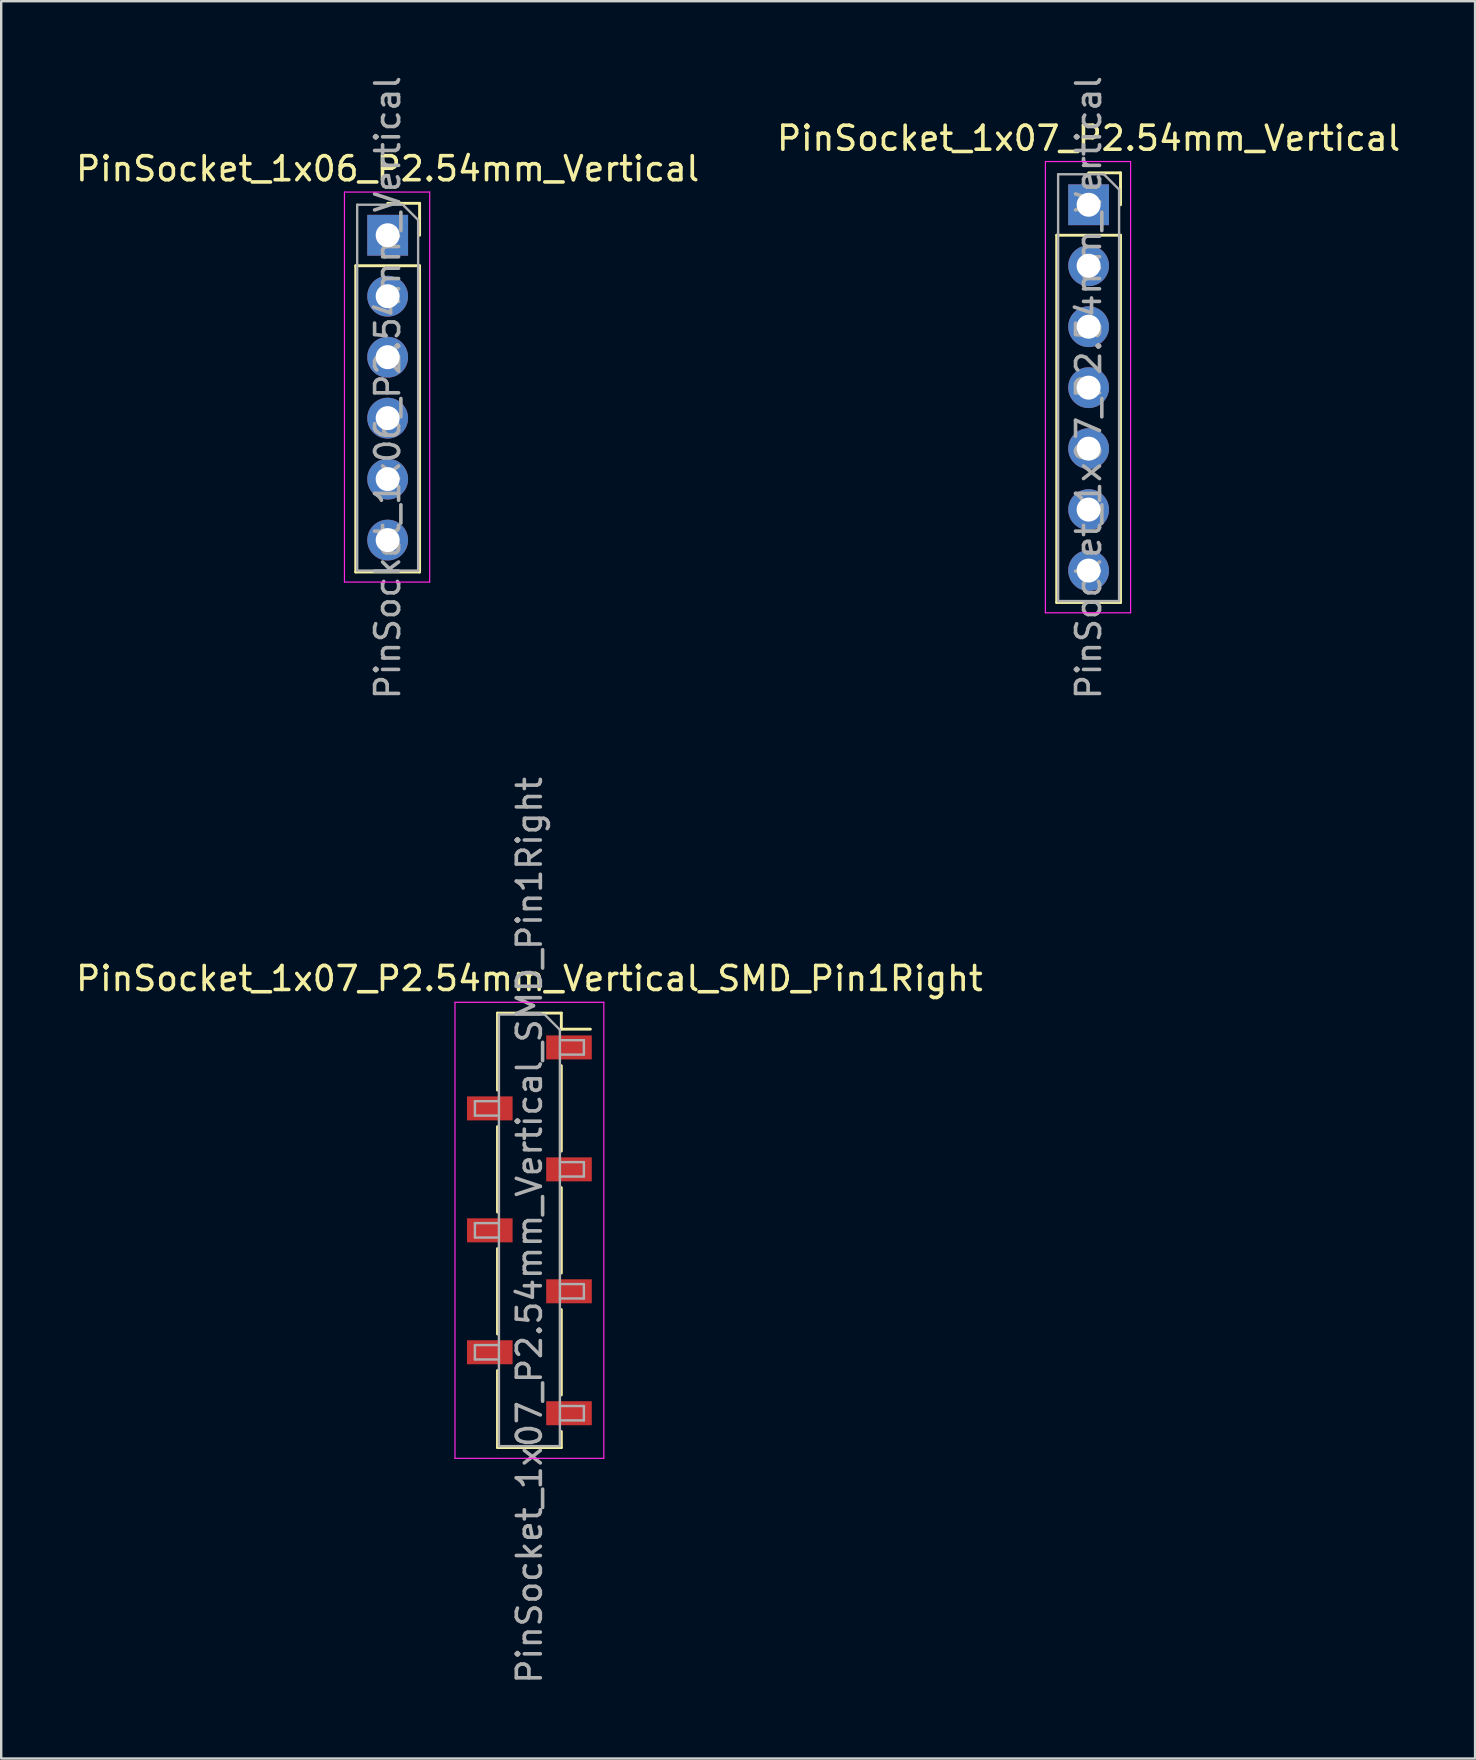
<source format=kicad_pcb>
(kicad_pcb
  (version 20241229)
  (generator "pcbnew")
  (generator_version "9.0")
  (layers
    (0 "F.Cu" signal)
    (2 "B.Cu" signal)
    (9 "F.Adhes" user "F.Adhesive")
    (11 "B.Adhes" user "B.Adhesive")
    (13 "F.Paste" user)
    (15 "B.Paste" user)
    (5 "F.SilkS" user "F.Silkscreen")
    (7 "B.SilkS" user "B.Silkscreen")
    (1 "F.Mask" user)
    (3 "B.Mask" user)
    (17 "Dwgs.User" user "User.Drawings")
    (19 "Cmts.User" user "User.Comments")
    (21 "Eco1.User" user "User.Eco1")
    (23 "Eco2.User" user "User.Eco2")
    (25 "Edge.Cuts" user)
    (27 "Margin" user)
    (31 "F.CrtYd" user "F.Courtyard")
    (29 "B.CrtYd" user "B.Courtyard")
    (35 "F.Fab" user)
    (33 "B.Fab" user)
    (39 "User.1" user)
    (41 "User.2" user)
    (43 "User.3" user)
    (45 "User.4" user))
  (footprint "PinSocket_1x07_P2.54mm_Vertical_SMD_Pin1Right"
    (layer "F.Cu")
    (at 19.006 48.208)
    (property "Reference" "PinSocket_1x07_P2.54mm_Vertical_SMD_Pin1Right" (at 0 -10.49 0) (layer "F.SilkS") (effects (font (size 1 1) (thickness 0.15))))
    (attr smd)
    (fp_line (start -1.33 -9.05) (end -1.33 -5.84) (stroke (width 0.12) (type solid)) (layer "F.SilkS"))
    (fp_line (start -1.33 -9.05) (end 1.33 -9.05) (stroke (width 0.12) (type solid)) (layer "F.SilkS"))
    (fp_line (start -1.33 -4.32) (end -1.33 -0.76) (stroke (width 0.12) (type solid)) (layer "F.SilkS"))
    (fp_line (start -1.33 0.76) (end -1.33 4.32) (stroke (width 0.12) (type solid)) (layer "F.SilkS"))
    (fp_line (start -1.33 5.84) (end -1.33 9.05) (stroke (width 0.12) (type solid)) (layer "F.SilkS"))
    (fp_line (start -1.33 9.05) (end 1.33 9.05) (stroke (width 0.12) (type solid)) (layer "F.SilkS"))
    (fp_line (start 1.33 -9.05) (end 1.33 -8.38) (stroke (width 0.12) (type solid)) (layer "F.SilkS"))
    (fp_line (start 1.33 -8.38) (end 2.54 -8.38) (stroke (width 0.12) (type solid)) (layer "F.SilkS"))
    (fp_line (start 1.33 -6.86) (end 1.33 -3.3) (stroke (width 0.12) (type solid)) (layer "F.SilkS"))
    (fp_line (start 1.33 -1.78) (end 1.33 1.78) (stroke (width 0.12) (type solid)) (layer "F.SilkS"))
    (fp_line (start 1.33 3.3) (end 1.33 6.86) (stroke (width 0.12) (type solid)) (layer "F.SilkS"))
    (fp_line (start 1.33 8.38) (end 1.33 9.05) (stroke (width 0.12) (type solid)) (layer "F.SilkS"))
    (fp_line (start -3.1 -9.5) (end 3.1 -9.5) (stroke (width 0.05) (type solid)) (layer "F.CrtYd"))
    (fp_line (start -3.1 9.5) (end -3.1 -9.5) (stroke (width 0.05) (type solid)) (layer "F.CrtYd"))
    (fp_line (start 3.1 -9.5) (end 3.1 9.5) (stroke (width 0.05) (type solid)) (layer "F.CrtYd"))
    (fp_line (start 3.1 9.5) (end -3.1 9.5) (stroke (width 0.05) (type solid)) (layer "F.CrtYd"))
    (fp_line (start -2.27 -5.38) (end -1.27 -5.38) (stroke (width 0.1) (type solid)) (layer "F.Fab"))
    (fp_line (start -2.27 -4.78) (end -2.27 -5.38) (stroke (width 0.1) (type solid)) (layer "F.Fab"))
    (fp_line (start -2.27 -0.3) (end -1.27 -0.3) (stroke (width 0.1) (type solid)) (layer "F.Fab"))
    (fp_line (start -2.27 0.3) (end -2.27 -0.3) (stroke (width 0.1) (type solid)) (layer "F.Fab"))
    (fp_line (start -2.27 4.78) (end -1.27 4.78) (stroke (width 0.1) (type solid)) (layer "F.Fab"))
    (fp_line (start -2.27 5.38) (end -2.27 4.78) (stroke (width 0.1) (type solid)) (layer "F.Fab"))
    (fp_line (start -1.27 -8.99) (end 0.635 -8.99) (stroke (width 0.1) (type solid)) (layer "F.Fab"))
    (fp_line (start -1.27 -4.78) (end -2.27 -4.78) (stroke (width 0.1) (type solid)) (layer "F.Fab"))
    (fp_line (start -1.27 0.3) (end -2.27 0.3) (stroke (width 0.1) (type solid)) (layer "F.Fab"))
    (fp_line (start -1.27 5.38) (end -2.27 5.38) (stroke (width 0.1) (type solid)) (layer "F.Fab"))
    (fp_line (start -1.27 8.99) (end -1.27 -8.99) (stroke (width 0.1) (type solid)) (layer "F.Fab"))
    (fp_line (start 0.635 -8.99) (end 1.27 -8.355) (stroke (width 0.1) (type solid)) (layer "F.Fab"))
    (fp_line (start 1.27 -8.355) (end 1.27 8.99) (stroke (width 0.1) (type solid)) (layer "F.Fab"))
    (fp_line (start 1.27 -7.92) (end 2.27 -7.92) (stroke (width 0.1) (type solid)) (layer "F.Fab"))
    (fp_line (start 1.27 -2.84) (end 2.27 -2.84) (stroke (width 0.1) (type solid)) (layer "F.Fab"))
    (fp_line (start 1.27 2.24) (end 2.27 2.24) (stroke (width 0.1) (type solid)) (layer "F.Fab"))
    (fp_line (start 1.27 7.32) (end 2.27 7.32) (stroke (width 0.1) (type solid)) (layer "F.Fab"))
    (fp_line (start 1.27 8.99) (end -1.27 8.99) (stroke (width 0.1) (type solid)) (layer "F.Fab"))
    (fp_line (start 2.27 -7.92) (end 2.27 -7.32) (stroke (width 0.1) (type solid)) (layer "F.Fab"))
    (fp_line (start 2.27 -7.32) (end 1.27 -7.32) (stroke (width 0.1) (type solid)) (layer "F.Fab"))
    (fp_line (start 2.27 -2.84) (end 2.27 -2.24) (stroke (width 0.1) (type solid)) (layer "F.Fab"))
    (fp_line (start 2.27 -2.24) (end 1.27 -2.24) (stroke (width 0.1) (type solid)) (layer "F.Fab"))
    (fp_line (start 2.27 2.24) (end 2.27 2.84) (stroke (width 0.1) (type solid)) (layer "F.Fab"))
    (fp_line (start 2.27 2.84) (end 1.27 2.84) (stroke (width 0.1) (type solid)) (layer "F.Fab"))
    (fp_line (start 2.27 7.32) (end 2.27 7.92) (stroke (width 0.1) (type solid)) (layer "F.Fab"))
    (fp_line (start 2.27 7.92) (end 1.27 7.92) (stroke (width 0.1) (type solid)) (layer "F.Fab"))
    (fp_text user "${REFERENCE}" (at 0 0 90) (layer "F.Fab") (effects (font (size 1 1) (thickness 0.15))))
    (pad "1" smd rect (at 1.65 -7.62) (size 1.9 1) (layers "F.Cu" "F.Mask" "F.Paste"))
    (pad "2" smd rect (at -1.65 -5.08) (size 1.9 1) (layers "F.Cu" "F.Mask" "F.Paste"))
    (pad "3" smd rect (at 1.65 -2.54) (size 1.9 1) (layers "F.Cu" "F.Mask" "F.Paste"))
    (pad "4" smd rect (at -1.65 0) (size 1.9 1) (layers "F.Cu" "F.Mask" "F.Paste"))
    (pad "5" smd rect (at 1.65 2.54) (size 1.9 1) (layers "F.Cu" "F.Mask" "F.Paste"))
    (pad "6" smd rect (at -1.65 5.08) (size 1.9 1) (layers "F.Cu" "F.Mask" "F.Paste"))
    (pad "7" smd rect (at 1.65 7.62) (size 1.9 1) (layers "F.Cu" "F.Mask" "F.Paste")))
  (footprint "PinSocket_1x06_P2.54mm_Vertical"
    (layer "F.Cu")
    (at 13.101 6.751)
    (property "Reference" "PinSocket_1x06_P2.54mm_Vertical" (at 0 -2.77 0) (layer "F.SilkS") (effects (font (size 1 1) (thickness 0.15))))
    (attr through_hole)
    (fp_line (start -1.33 1.27) (end -1.33 14.03) (stroke (width 0.12) (type solid)) (layer "F.SilkS"))
    (fp_line (start -1.33 1.27) (end 1.33 1.27) (stroke (width 0.12) (type solid)) (layer "F.SilkS"))
    (fp_line (start -1.33 14.03) (end 1.33 14.03) (stroke (width 0.12) (type solid)) (layer "F.SilkS"))
    (fp_line (start 0 -1.33) (end 1.33 -1.33) (stroke (width 0.12) (type solid)) (layer "F.SilkS"))
    (fp_line (start 1.33 -1.33) (end 1.33 0) (stroke (width 0.12) (type solid)) (layer "F.SilkS"))
    (fp_line (start 1.33 1.27) (end 1.33 14.03) (stroke (width 0.12) (type solid)) (layer "F.SilkS"))
    (fp_line (start -1.8 -1.8) (end 1.75 -1.8) (stroke (width 0.05) (type solid)) (layer "F.CrtYd"))
    (fp_line (start -1.8 14.45) (end -1.8 -1.8) (stroke (width 0.05) (type solid)) (layer "F.CrtYd"))
    (fp_line (start 1.75 -1.8) (end 1.75 14.45) (stroke (width 0.05) (type solid)) (layer "F.CrtYd"))
    (fp_line (start 1.75 14.45) (end -1.8 14.45) (stroke (width 0.05) (type solid)) (layer "F.CrtYd"))
    (fp_line (start -1.27 -1.27) (end 0.635 -1.27) (stroke (width 0.1) (type solid)) (layer "F.Fab"))
    (fp_line (start -1.27 13.97) (end -1.27 -1.27) (stroke (width 0.1) (type solid)) (layer "F.Fab"))
    (fp_line (start 0.635 -1.27) (end 1.27 -0.635) (stroke (width 0.1) (type solid)) (layer "F.Fab"))
    (fp_line (start 1.27 -0.635) (end 1.27 13.97) (stroke (width 0.1) (type solid)) (layer "F.Fab"))
    (fp_line (start 1.27 13.97) (end -1.27 13.97) (stroke (width 0.1) (type solid)) (layer "F.Fab"))
    (fp_text user "${REFERENCE}" (at 0 6.35 90) (layer "F.Fab") (effects (font (size 1 1) (thickness 0.15))))
    (pad "1" thru_hole rect (at 0 0) (size 1.7 1.7) (drill 1) (layers "*.Cu" "*.Mask"))
    (pad "2" thru_hole oval (at 0 2.54) (size 1.7 1.7) (drill 1) (layers "*.Cu" "*.Mask"))
    (pad "3" thru_hole oval (at 0 5.08) (size 1.7 1.7) (drill 1) (layers "*.Cu" "*.Mask"))
    (pad "4" thru_hole oval (at 0 7.62) (size 1.7 1.7) (drill 1) (layers "*.Cu" "*.Mask"))
    (pad "5" thru_hole oval (at 0 10.16) (size 1.7 1.7) (drill 1) (layers "*.Cu" "*.Mask"))
    (pad "6" thru_hole oval (at 0 12.7) (size 1.7 1.7) (drill 1) (layers "*.Cu" "*.Mask")))
  (footprint "PinSocket_1x07_P2.54mm_Vertical"
    (layer "F.Cu")
    (at 42.304 5.481)
    (property "Reference" "PinSocket_1x07_P2.54mm_Vertical" (at 0 -2.77 0) (layer "F.SilkS") (effects (font (size 1 1) (thickness 0.15))))
    (attr through_hole)
    (fp_line (start -1.33 1.27) (end -1.33 16.57) (stroke (width 0.12) (type solid)) (layer "F.SilkS"))
    (fp_line (start -1.33 1.27) (end 1.33 1.27) (stroke (width 0.12) (type solid)) (layer "F.SilkS"))
    (fp_line (start -1.33 16.57) (end 1.33 16.57) (stroke (width 0.12) (type solid)) (layer "F.SilkS"))
    (fp_line (start 0 -1.33) (end 1.33 -1.33) (stroke (width 0.12) (type solid)) (layer "F.SilkS"))
    (fp_line (start 1.33 -1.33) (end 1.33 0) (stroke (width 0.12) (type solid)) (layer "F.SilkS"))
    (fp_line (start 1.33 1.27) (end 1.33 16.57) (stroke (width 0.12) (type solid)) (layer "F.SilkS"))
    (fp_line (start -1.8 -1.8) (end 1.75 -1.8) (stroke (width 0.05) (type solid)) (layer "F.CrtYd"))
    (fp_line (start -1.8 17) (end -1.8 -1.8) (stroke (width 0.05) (type solid)) (layer "F.CrtYd"))
    (fp_line (start 1.75 -1.8) (end 1.75 17) (stroke (width 0.05) (type solid)) (layer "F.CrtYd"))
    (fp_line (start 1.75 17) (end -1.8 17) (stroke (width 0.05) (type solid)) (layer "F.CrtYd"))
    (fp_line (start -1.27 -1.27) (end 0.635 -1.27) (stroke (width 0.1) (type solid)) (layer "F.Fab"))
    (fp_line (start -1.27 16.51) (end -1.27 -1.27) (stroke (width 0.1) (type solid)) (layer "F.Fab"))
    (fp_line (start 0.635 -1.27) (end 1.27 -0.635) (stroke (width 0.1) (type solid)) (layer "F.Fab"))
    (fp_line (start 1.27 -0.635) (end 1.27 16.51) (stroke (width 0.1) (type solid)) (layer "F.Fab"))
    (fp_line (start 1.27 16.51) (end -1.27 16.51) (stroke (width 0.1) (type solid)) (layer "F.Fab"))
    (fp_text user "${REFERENCE}" (at 0 7.62 90) (layer "F.Fab") (effects (font (size 1 1) (thickness 0.15))))
    (pad "1" thru_hole rect (at 0 0) (size 1.7 1.7) (drill 1) (layers "*.Cu" "*.Mask"))
    (pad "2" thru_hole oval (at 0 2.54) (size 1.7 1.7) (drill 1) (layers "*.Cu" "*.Mask"))
    (pad "3" thru_hole oval (at 0 5.08) (size 1.7 1.7) (drill 1) (layers "*.Cu" "*.Mask"))
    (pad "4" thru_hole oval (at 0 7.62) (size 1.7 1.7) (drill 1) (layers "*.Cu" "*.Mask"))
    (pad "5" thru_hole oval (at 0 10.16) (size 1.7 1.7) (drill 1) (layers "*.Cu" "*.Mask"))
    (pad "6" thru_hole oval (at 0 12.7) (size 1.7 1.7) (drill 1) (layers "*.Cu" "*.Mask"))
    (pad "7" thru_hole oval (at 0 15.24) (size 1.7 1.7) (drill 1) (layers "*.Cu" "*.Mask")))
  (gr_rect
    (start -3 -3)
    (end 58.405 70.214)
    (stroke (width 0.1) (type default))
    (fill no)
    (layer "Edge.Cuts")))
</source>
